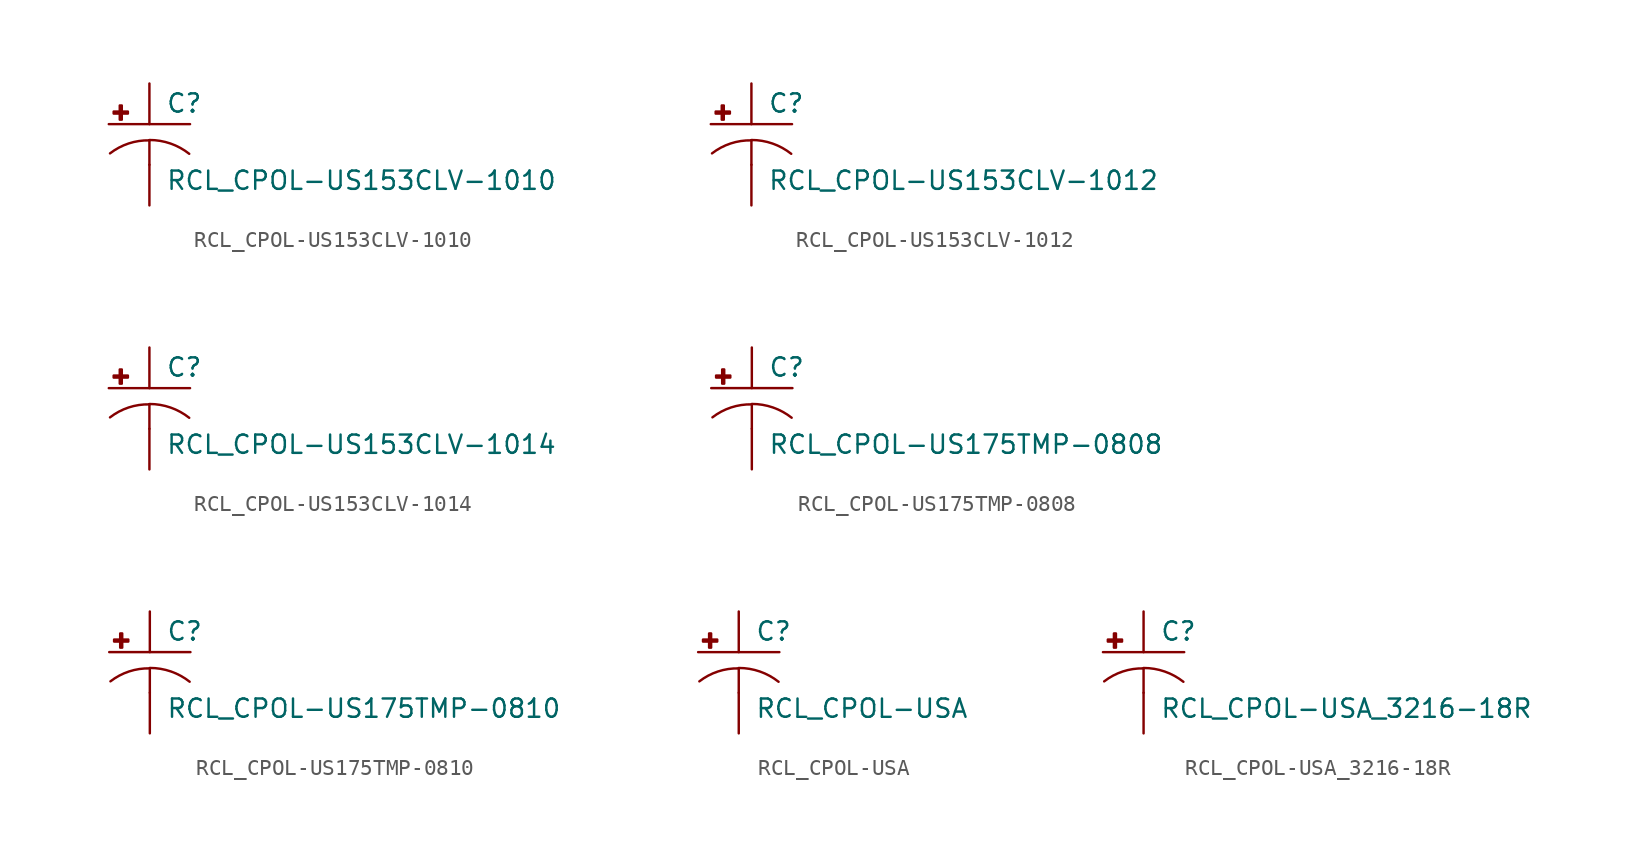
<source format=kicad_sym>
(kicad_symbol_lib
  (version 20210619)
  (generator kicad_symbol_editor)
  (symbol "RCL_CPOL-US153CLV-1010"
    (pin_numbers hide)
    (pin_names
      (offset 1.016) hide)
    (property "Reference" "C"
      (at 1.016 0.635 0)
      (effects (font (size 1.143 1.143)) (justify left bottom)))
    (property "Value" "RCL_CPOL-US153CLV-1010"
      (at 1.016 -4.191 0)
      (effects (font (size 1.143 1.143)) (justify left bottom)))
    (property "ki_locked" ""
      (at 0 0 0)
      (effects (font (size 1.27 1.27))))
    (symbol "RCL_CPOL-US153CLV-1010_1_0"
      (polyline (pts (xy -2.54 0) (xy 2.54 0)) (stroke (width 0)) (fill (type none)))
      (polyline (pts (xy 0 -1.016) (xy 0 -2.54)) (stroke (width 0)) (fill (type none)))
      (polyline (pts (xy 0 -1.016) (xy 0 -1.016)) (stroke (width 0)) (fill (type none))))
    (symbol "RCL_CPOL-US153CLV-1010_1_1"
      (arc (start 0 -1.016) (end -2.4638 -1.8288) (radius (at 0 -5.0546) (length 4.0386) (angles 90.1 127.3)) (stroke (width 0)) (fill (type none)))
      (arc (start 2.4892 -1.8542) (end 0 -0.9906) (radius (at 0 -5.0292) (length 4.0386) (angles 52.3 89.9)) (stroke (width 0)) (fill (type none)))
      (rectangle (start -2.235 0.66) (end -1.346 0.787) (stroke (width 0)) (fill (type outline)))
      (rectangle (start -1.854 0.279) (end -1.727 1.168) (stroke (width 0)) (fill (type outline)))
      (pin passive line (at 0 2.54 270) (length 2.54) (name "+" (effects (font (size 1.016 1.016)))) (number "+" (effects (font (size 1.016 1.016)))))
      (pin passive line (at 0 -5.08 90) (length 2.54) (name "-" (effects (font (size 1.016 1.016)))) (number "-" (effects (font (size 1.016 1.016)))))))
  (symbol "RCL_CPOL-US153CLV-1012"
    (pin_numbers hide)
    (pin_names
      (offset 1.016) hide)
    (property "Reference" "C"
      (at 1.016 0.635 0)
      (effects (font (size 1.143 1.143)) (justify left bottom)))
    (property "Value" "RCL_CPOL-US153CLV-1012"
      (at 1.016 -4.191 0)
      (effects (font (size 1.143 1.143)) (justify left bottom)))
    (property "ki_locked" ""
      (at 0 0 0)
      (effects (font (size 1.27 1.27))))
    (symbol "RCL_CPOL-US153CLV-1012_1_0"
      (polyline (pts (xy -2.54 0) (xy 2.54 0)) (stroke (width 0)) (fill (type none)))
      (polyline (pts (xy 0 -1.016) (xy 0 -2.54)) (stroke (width 0)) (fill (type none)))
      (polyline (pts (xy 0 -1.016) (xy 0 -1.016)) (stroke (width 0)) (fill (type none))))
    (symbol "RCL_CPOL-US153CLV-1012_1_1"
      (arc (start 0 -1.016) (end -2.4638 -1.8288) (radius (at 0 -5.0546) (length 4.0386) (angles 90.1 127.3)) (stroke (width 0)) (fill (type none)))
      (arc (start 2.4892 -1.8542) (end 0 -0.9906) (radius (at 0 -5.0292) (length 4.0386) (angles 52.3 89.9)) (stroke (width 0)) (fill (type none)))
      (rectangle (start -2.235 0.66) (end -1.346 0.787) (stroke (width 0)) (fill (type outline)))
      (rectangle (start -1.854 0.279) (end -1.727 1.168) (stroke (width 0)) (fill (type outline)))
      (pin passive line (at 0 2.54 270) (length 2.54) (name "+" (effects (font (size 1.016 1.016)))) (number "+" (effects (font (size 1.016 1.016)))))
      (pin passive line (at 0 -5.08 90) (length 2.54) (name "-" (effects (font (size 1.016 1.016)))) (number "-" (effects (font (size 1.016 1.016)))))))
  (symbol "RCL_CPOL-US153CLV-1014"
    (pin_numbers hide)
    (pin_names
      (offset 1.016) hide)
    (property "Reference" "C"
      (at 1.016 0.635 0)
      (effects (font (size 1.143 1.143)) (justify left bottom)))
    (property "Value" "RCL_CPOL-US153CLV-1014"
      (at 1.016 -4.191 0)
      (effects (font (size 1.143 1.143)) (justify left bottom)))
    (property "ki_locked" ""
      (at 0 0 0)
      (effects (font (size 1.27 1.27))))
    (symbol "RCL_CPOL-US153CLV-1014_1_0"
      (polyline (pts (xy -2.54 0) (xy 2.54 0)) (stroke (width 0)) (fill (type none)))
      (polyline (pts (xy 0 -1.016) (xy 0 -2.54)) (stroke (width 0)) (fill (type none)))
      (polyline (pts (xy 0 -1.016) (xy 0 -1.016)) (stroke (width 0)) (fill (type none))))
    (symbol "RCL_CPOL-US153CLV-1014_1_1"
      (arc (start 0 -1.016) (end -2.4638 -1.8288) (radius (at 0 -5.0546) (length 4.0386) (angles 90.1 127.3)) (stroke (width 0)) (fill (type none)))
      (arc (start 2.4892 -1.8542) (end 0 -0.9906) (radius (at 0 -5.0292) (length 4.0386) (angles 52.3 89.9)) (stroke (width 0)) (fill (type none)))
      (rectangle (start -2.235 0.66) (end -1.346 0.787) (stroke (width 0)) (fill (type outline)))
      (rectangle (start -1.854 0.279) (end -1.727 1.168) (stroke (width 0)) (fill (type outline)))
      (pin passive line (at 0 2.54 270) (length 2.54) (name "+" (effects (font (size 1.016 1.016)))) (number "+" (effects (font (size 1.016 1.016)))))
      (pin passive line (at 0 -5.08 90) (length 2.54) (name "-" (effects (font (size 1.016 1.016)))) (number "-" (effects (font (size 1.016 1.016)))))))
  (symbol "RCL_CPOL-US175TMP-0808"
    (pin_numbers hide)
    (pin_names
      (offset 1.016) hide)
    (property "Reference" "C"
      (at 1.016 0.635 0)
      (effects (font (size 1.143 1.143)) (justify left bottom)))
    (property "Value" "RCL_CPOL-US175TMP-0808"
      (at 1.016 -4.191 0)
      (effects (font (size 1.143 1.143)) (justify left bottom)))
    (property "ki_locked" ""
      (at 0 0 0)
      (effects (font (size 1.27 1.27))))
    (symbol "RCL_CPOL-US175TMP-0808_1_0"
      (polyline (pts (xy -2.54 0) (xy 2.54 0)) (stroke (width 0)) (fill (type none)))
      (polyline (pts (xy 0 -1.016) (xy 0 -2.54)) (stroke (width 0)) (fill (type none)))
      (polyline (pts (xy 0 -1.016) (xy 0 -1.016)) (stroke (width 0)) (fill (type none))))
    (symbol "RCL_CPOL-US175TMP-0808_1_1"
      (arc (start 0 -1.016) (end -2.4638 -1.8288) (radius (at 0 -5.0546) (length 4.0386) (angles 90.1 127.3)) (stroke (width 0)) (fill (type none)))
      (arc (start 2.4892 -1.8542) (end 0 -0.9906) (radius (at 0 -5.0292) (length 4.0386) (angles 52.3 89.9)) (stroke (width 0)) (fill (type none)))
      (rectangle (start -2.235 0.66) (end -1.346 0.787) (stroke (width 0)) (fill (type outline)))
      (rectangle (start -1.854 0.279) (end -1.727 1.168) (stroke (width 0)) (fill (type outline)))
      (pin passive line (at 0 2.54 270) (length 2.54) (name "+" (effects (font (size 1.016 1.016)))) (number "+" (effects (font (size 1.016 1.016)))))
      (pin passive line (at 0 -5.08 90) (length 2.54) (name "-" (effects (font (size 1.016 1.016)))) (number "-" (effects (font (size 1.016 1.016)))))))
  (symbol "RCL_CPOL-US175TMP-0810"
    (pin_numbers hide)
    (pin_names
      (offset 1.016) hide)
    (property "Reference" "C"
      (at 1.016 0.635 0)
      (effects (font (size 1.143 1.143)) (justify left bottom)))
    (property "Value" "RCL_CPOL-US175TMP-0810"
      (at 1.016 -4.191 0)
      (effects (font (size 1.143 1.143)) (justify left bottom)))
    (property "ki_locked" ""
      (at 0 0 0)
      (effects (font (size 1.27 1.27))))
    (symbol "RCL_CPOL-US175TMP-0810_1_0"
      (polyline (pts (xy -2.54 0) (xy 2.54 0)) (stroke (width 0)) (fill (type none)))
      (polyline (pts (xy 0 -1.016) (xy 0 -2.54)) (stroke (width 0)) (fill (type none)))
      (polyline (pts (xy 0 -1.016) (xy 0 -1.016)) (stroke (width 0)) (fill (type none))))
    (symbol "RCL_CPOL-US175TMP-0810_1_1"
      (arc (start 0 -1.016) (end -2.4638 -1.8288) (radius (at 0 -5.0546) (length 4.0386) (angles 90.1 127.3)) (stroke (width 0)) (fill (type none)))
      (arc (start 2.4892 -1.8542) (end 0 -0.9906) (radius (at 0 -5.0292) (length 4.0386) (angles 52.3 89.9)) (stroke (width 0)) (fill (type none)))
      (rectangle (start -2.235 0.66) (end -1.346 0.787) (stroke (width 0)) (fill (type outline)))
      (rectangle (start -1.854 0.279) (end -1.727 1.168) (stroke (width 0)) (fill (type outline)))
      (pin passive line (at 0 2.54 270) (length 2.54) (name "+" (effects (font (size 1.016 1.016)))) (number "+" (effects (font (size 1.016 1.016)))))
      (pin passive line (at 0 -5.08 90) (length 2.54) (name "-" (effects (font (size 1.016 1.016)))) (number "-" (effects (font (size 1.016 1.016)))))))
  (symbol "RCL_CPOL-USA"
    (pin_numbers hide)
    (pin_names
      (offset 1.016) hide)
    (property "Reference" "C"
      (at 1.016 0.635 0)
      (effects (font (size 1.143 1.143)) (justify left bottom)))
    (property "Value" "RCL_CPOL-USA"
      (at 1.016 -4.191 0)
      (effects (font (size 1.143 1.143)) (justify left bottom)))
    (property "ki_locked" ""
      (at 0 0 0)
      (effects (font (size 1.27 1.27))))
    (symbol "RCL_CPOL-USA_1_0"
      (polyline (pts (xy -2.54 0) (xy 2.54 0)) (stroke (width 0)) (fill (type none)))
      (polyline (pts (xy 0 -1.016) (xy 0 -2.54)) (stroke (width 0)) (fill (type none)))
      (polyline (pts (xy 0 -1.016) (xy 0 -1.016)) (stroke (width 0)) (fill (type none))))
    (symbol "RCL_CPOL-USA_1_1"
      (arc (start 0 -1.016) (end -2.4638 -1.8288) (radius (at 0 -5.0546) (length 4.0386) (angles 90.1 127.3)) (stroke (width 0)) (fill (type none)))
      (arc (start 2.4892 -1.8542) (end 0 -0.9906) (radius (at 0 -5.0292) (length 4.0386) (angles 52.3 89.9)) (stroke (width 0)) (fill (type none)))
      (rectangle (start -2.235 0.66) (end -1.346 0.787) (stroke (width 0)) (fill (type outline)))
      (rectangle (start -1.854 0.279) (end -1.727 1.168) (stroke (width 0)) (fill (type outline)))
      (pin passive line (at 0 2.54 270) (length 2.54) (name "+" (effects (font (size 1.016 1.016)))) (number "+" (effects (font (size 1.016 1.016)))))
      (pin passive line (at 0 -5.08 90) (length 2.54) (name "-" (effects (font (size 1.016 1.016)))) (number "-" (effects (font (size 1.016 1.016)))))))
  (symbol "RCL_CPOL-USA_3216-18R"
    (pin_numbers hide)
    (pin_names
      (offset 1.016) hide)
    (property "Reference" "C"
      (at 1.016 0.635 0)
      (effects (font (size 1.143 1.143)) (justify left bottom)))
    (property "Value" "RCL_CPOL-USA_3216-18R"
      (at 1.016 -4.191 0)
      (effects (font (size 1.143 1.143)) (justify left bottom)))
    (property "ki_locked" ""
      (at 0 0 0)
      (effects (font (size 1.27 1.27))))
    (symbol "RCL_CPOL-USA_3216-18R_1_0"
      (polyline (pts (xy -2.54 0) (xy 2.54 0)) (stroke (width 0)) (fill (type none)))
      (polyline (pts (xy 0 -1.016) (xy 0 -2.54)) (stroke (width 0)) (fill (type none)))
      (polyline (pts (xy 0 -1.016) (xy 0 -1.016)) (stroke (width 0)) (fill (type none))))
    (symbol "RCL_CPOL-USA_3216-18R_1_1"
      (arc (start 0 -1.016) (end -2.4638 -1.8288) (radius (at 0 -5.0546) (length 4.0386) (angles 90.1 127.3)) (stroke (width 0)) (fill (type none)))
      (arc (start 2.4892 -1.8542) (end 0 -0.9906) (radius (at 0 -5.0292) (length 4.0386) (angles 52.3 89.9)) (stroke (width 0)) (fill (type none)))
      (rectangle (start -2.235 0.66) (end -1.346 0.787) (stroke (width 0)) (fill (type outline)))
      (rectangle (start -1.854 0.279) (end -1.727 1.168) (stroke (width 0)) (fill (type outline)))
      (pin passive line (at 0 2.54 270) (length 2.54) (name "+" (effects (font (size 1.016 1.016)))) (number "+" (effects (font (size 1.016 1.016)))))
      (pin passive line (at 0 -5.08 90) (length 2.54) (name "-" (effects (font (size 1.016 1.016)))) (number "-" (effects (font (size 1.016 1.016))))))))
</source>
